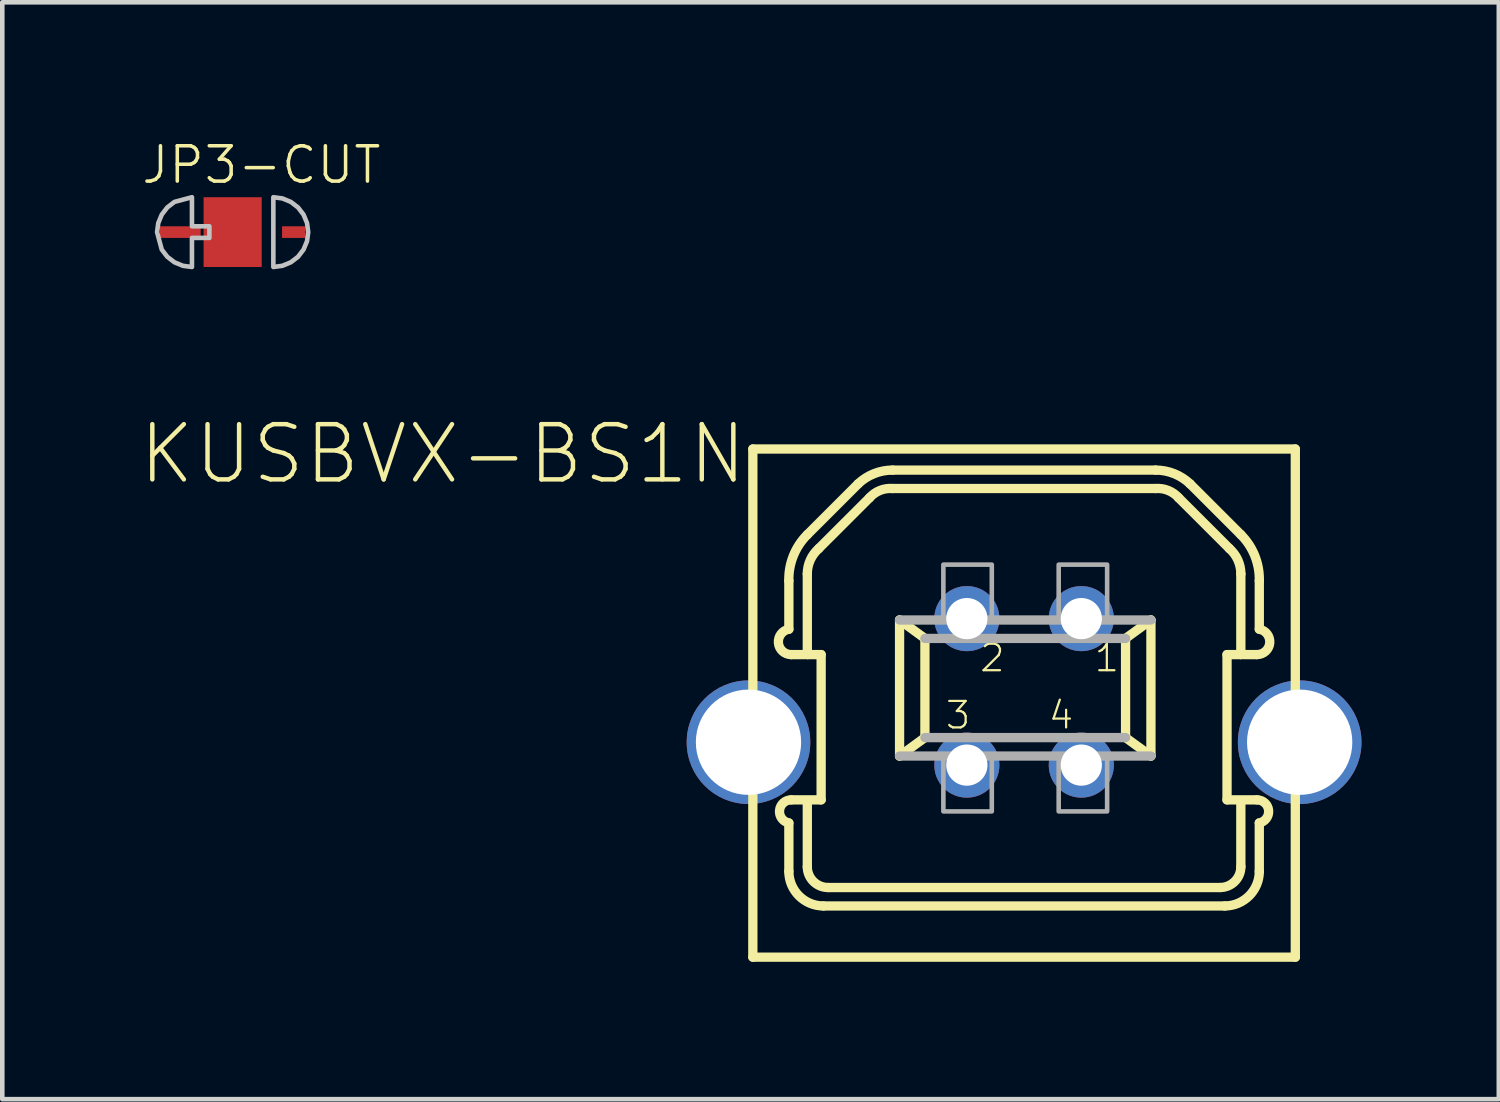
<source format=kicad_pcb>
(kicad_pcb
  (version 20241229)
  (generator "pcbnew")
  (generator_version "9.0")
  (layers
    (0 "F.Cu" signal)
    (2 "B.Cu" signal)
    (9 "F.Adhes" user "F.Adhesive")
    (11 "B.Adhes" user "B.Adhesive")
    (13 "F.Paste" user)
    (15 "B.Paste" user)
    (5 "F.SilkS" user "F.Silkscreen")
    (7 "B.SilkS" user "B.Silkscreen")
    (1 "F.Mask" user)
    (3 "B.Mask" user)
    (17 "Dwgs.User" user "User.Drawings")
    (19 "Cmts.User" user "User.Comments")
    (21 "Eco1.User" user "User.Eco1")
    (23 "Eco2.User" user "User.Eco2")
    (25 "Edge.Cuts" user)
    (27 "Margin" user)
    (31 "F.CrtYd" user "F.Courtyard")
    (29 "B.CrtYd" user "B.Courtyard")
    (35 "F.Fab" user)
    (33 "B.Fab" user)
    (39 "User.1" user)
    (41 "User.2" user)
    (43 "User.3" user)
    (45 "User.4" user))
  (footprint "KUSBVX-BS1N"
    (layer "F.Cu")
    (at 19.32 13.163)
    (property "Reference" "KUSBVX-BS1N" (at -6 -7 180) (layer "F.SilkS") (effects (font (size 1.206 1.206) (thickness 0.097)) (justify right top)))
    (attr through_hole)
    (fp_line (start -5.925 -6.405) (end 5.925 -6.405) (stroke (width 0.203) (type solid)) (layer "F.SilkS"))
    (fp_line (start -5.925 4.695) (end -5.925 -6.405) (stroke (width 0.203) (type solid)) (layer "F.SilkS"))
    (fp_line (start -5.925 4.695) (end 5.925 4.695) (stroke (width 0.203) (type solid)) (layer "F.SilkS"))
    (fp_line (start -5.138 -3.526) (end -5.138 -2.469) (stroke (width 0.203) (type solid)) (layer "F.SilkS"))
    (fp_line (start -5.138 1.763) (end -5.138 2.821) (stroke (width 0.203) (type solid)) (layer "F.SilkS"))
    (fp_line (start -4.786 -1.914) (end -5.088 -1.914) (stroke (width 0.203) (type solid)) (layer "F.SilkS"))
    (fp_line (start -4.735 -1.914) (end -4.735 -3.678) (stroke (width 0.203) (type solid)) (layer "F.SilkS"))
    (fp_line (start -4.735 -1.914) (end -4.433 -1.914) (stroke (width 0.203) (type solid)) (layer "F.SilkS"))
    (fp_line (start -4.735 2.72) (end -4.735 1.31) (stroke (width 0.203) (type solid)) (layer "F.SilkS"))
    (fp_line (start -4.484 -4.232) (end -3.375 -5.34) (stroke (width 0.203) (type solid)) (layer "F.SilkS"))
    (fp_line (start -4.433 -1.914) (end -4.433 1.259) (stroke (width 0.203) (type solid)) (layer "F.SilkS"))
    (fp_line (start -4.433 1.259) (end -5.088 1.259) (stroke (width 0.203) (type solid)) (layer "F.SilkS"))
    (fp_line (start -4.383 3.577) (end 4.383 3.577) (stroke (width 0.203) (type solid)) (layer "F.SilkS"))
    (fp_line (start -3.627 -5.642) (end -4.735 -4.534) (stroke (width 0.203) (type solid)) (layer "F.SilkS"))
    (fp_line (start -2.872 -5.542) (end 2.872 -5.542) (stroke (width 0.203) (type solid)) (layer "F.SilkS"))
    (fp_line (start -2.72 -2.67) (end -2.166 -2.267) (stroke (width 0.203) (type solid)) (layer "F.SilkS"))
    (fp_line (start -2.72 0.302) (end -2.72 -2.67) (stroke (width 0.203) (type solid)) (layer "F.SilkS"))
    (fp_line (start -2.72 0.302) (end -2.166 -0.101) (stroke (width 0.203) (type solid)) (layer "F.SilkS"))
    (fp_line (start -2.166 -0.101) (end -2.166 -2.267) (stroke (width 0.203) (type solid)) (layer "F.SilkS"))
    (fp_line (start 2.217 -2.267) (end 2.217 -0.101) (stroke (width 0.203) (type solid)) (layer "F.SilkS"))
    (fp_line (start 2.771 -2.67) (end 2.217 -2.267) (stroke (width 0.203) (type solid)) (layer "F.SilkS"))
    (fp_line (start 2.771 -2.67) (end 2.771 0.302) (stroke (width 0.203) (type solid)) (layer "F.SilkS"))
    (fp_line (start 2.771 0.302) (end 2.217 -0.101) (stroke (width 0.203) (type solid)) (layer "F.SilkS"))
    (fp_line (start 2.872 -5.944) (end -2.872 -5.944) (stroke (width 0.203) (type solid)) (layer "F.SilkS"))
    (fp_line (start 3.627 -5.642) (end 4.735 -4.534) (stroke (width 0.203) (type solid)) (layer "F.SilkS"))
    (fp_line (start 4.282 3.174) (end -4.282 3.174) (stroke (width 0.203) (type solid)) (layer "F.SilkS"))
    (fp_line (start 4.433 -1.914) (end 4.433 1.259) (stroke (width 0.203) (type solid)) (layer "F.SilkS"))
    (fp_line (start 4.433 1.259) (end 5.088 1.259) (stroke (width 0.203) (type solid)) (layer "F.SilkS"))
    (fp_line (start 4.484 -4.232) (end 3.375 -5.34) (stroke (width 0.203) (type solid)) (layer "F.SilkS"))
    (fp_line (start 4.735 -1.914) (end 4.433 -1.914) (stroke (width 0.203) (type solid)) (layer "F.SilkS"))
    (fp_line (start 4.735 -1.914) (end 4.735 -3.678) (stroke (width 0.203) (type solid)) (layer "F.SilkS"))
    (fp_line (start 4.735 2.72) (end 4.735 1.31) (stroke (width 0.203) (type solid)) (layer "F.SilkS"))
    (fp_line (start 4.786 -1.914) (end 5.088 -1.914) (stroke (width 0.203) (type solid)) (layer "F.SilkS"))
    (fp_line (start 5.138 -3.526) (end 5.138 -2.469) (stroke (width 0.203) (type solid)) (layer "F.SilkS"))
    (fp_line (start 5.138 1.763) (end 5.138 2.821) (stroke (width 0.203) (type solid)) (layer "F.SilkS"))
    (fp_line (start 5.925 -6.405) (end 5.925 4.695) (stroke (width 0.203) (type solid)) (layer "F.SilkS"))
    (fp_arc (start -5.1385 -3.5264) (mid -5.040322 -4.071509) (end -4.7354 -4.5339) (stroke (width 0.2032) (type solid)) (layer "F.SilkS"))
    (fp_arc (start -5.1385 1.7632) (mid -5.341257 1.488495) (end -5.0881 1.2594) (stroke (width 0.2032) (type solid)) (layer "F.SilkS"))
    (fp_arc (start -5.0881 -1.9143) (mid -5.366343 -2.168387) (end -5.1385 -2.468499) (stroke (width 0.2032) (type solid)) (layer "F.SilkS"))
    (fp_arc (start -4.7354 -3.6775) (mid -4.669497 -3.98186) (end -4.483599 -4.2317) (stroke (width 0.2032) (type solid)) (layer "F.SilkS"))
    (fp_arc (start -4.3828 3.5768) (mid -4.917161 3.355461) (end -5.1385 2.8211) (stroke (width 0.2032) (type solid)) (layer "F.SilkS"))
    (fp_arc (start -4.282 3.1738) (mid -4.602602 3.041002) (end -4.7354 2.7204) (stroke (width 0.2032) (type solid)) (layer "F.SilkS"))
    (fp_arc (start -3.627101 -5.6422) (mid -3.278414 -5.866119) (end -2.8715 -5.9445) (stroke (width 0.2032) (type solid)) (layer "F.SilkS"))
    (fp_arc (start -3.3753 -5.34) (mid -3.147173 -5.500189) (end -2.8715 -5.5415) (stroke (width 0.2032) (type solid)) (layer "F.SilkS"))
    (fp_arc (start 2.8715 -5.9445) (mid 3.278414 -5.866118) (end 3.627101 -5.6422) (stroke (width 0.2032) (type solid)) (layer "F.SilkS"))
    (fp_arc (start 2.8715 -5.5415) (mid 3.147173 -5.500189) (end 3.3753 -5.34) (stroke (width 0.2032) (type solid)) (layer "F.SilkS"))
    (fp_arc (start 4.483599 -4.2317) (mid 4.669497 -3.98186) (end 4.7354 -3.6775) (stroke (width 0.2032) (type solid)) (layer "F.SilkS"))
    (fp_arc (start 4.7354 -4.5339) (mid 5.040322 -4.071509) (end 5.1385 -3.5264) (stroke (width 0.2032) (type solid)) (layer "F.SilkS"))
    (fp_arc (start 4.7354 2.7204) (mid 4.602602 3.041002) (end 4.282 3.1738) (stroke (width 0.2032) (type solid)) (layer "F.SilkS"))
    (fp_arc (start 5.0881 1.2594) (mid 5.341257 1.488495) (end 5.1385 1.7632) (stroke (width 0.2032) (type solid)) (layer "F.SilkS"))
    (fp_arc (start 5.1385 -2.468499) (mid 5.366343 -2.168387) (end 5.0881 -1.9143) (stroke (width 0.2032) (type solid)) (layer "F.SilkS"))
    (fp_arc (start 5.1385 2.8211) (mid 4.917161 3.355461) (end 4.3828 3.5768) (stroke (width 0.2032) (type solid)) (layer "F.SilkS"))
    (fp_line (start -2.72 -2.67) (end 2.771 -2.67) (stroke (width 0.203) (type solid)) (layer "F.Fab"))
    (fp_line (start -2.166 -2.267) (end 2.217 -2.267) (stroke (width 0.203) (type solid)) (layer "F.Fab"))
    (fp_line (start 2.217 -0.101) (end -2.166 -0.101) (stroke (width 0.203) (type solid)) (layer "F.Fab"))
    (fp_line (start 2.771 0.302) (end -2.72 0.302) (stroke (width 0.203) (type solid)) (layer "F.Fab"))
    (fp_poly (pts (xy -1.763 -2.67) (xy -0.705 -2.67) (xy -0.705 -3.879) (xy -1.763 -3.879)) (stroke (width 0.1) (type solid)) (fill no) (layer "F.Fab"))
    (fp_poly (pts (xy -1.763 1.511) (xy -0.705 1.511) (xy -0.705 0.302) (xy -1.763 0.302)) (stroke (width 0.1) (type solid)) (fill no) (layer "F.Fab"))
    (fp_poly (pts (xy 0.756 -2.67) (xy 1.814 -2.67) (xy 1.814 -3.879) (xy 0.756 -3.879)) (stroke (width 0.1) (type solid)) (fill no) (layer "F.Fab"))
    (fp_poly (pts (xy 0.756 1.511) (xy 1.814 1.511) (xy 1.814 0.302) (xy 0.756 0.302)) (stroke (width 0.1) (type solid)) (fill no) (layer "F.Fab"))
    (fp_text user "1" (at 1.5 -1.5 0) (layer "F.SilkS") (effects (font (size 0.579 0.579) (thickness 0.049)) (justify left bottom)))
    (fp_text user "2" (at -1 -1.5 0) (layer "F.SilkS") (effects (font (size 0.579 0.579) (thickness 0.049)) (justify left bottom)))
    (fp_text user "3" (at -1.75 -0.25 0) (layer "F.SilkS") (effects (font (size 0.579 0.579) (thickness 0.049)) (justify left bottom)))
    (fp_text user "4" (at 0.5 -0.25 0) (layer "F.SilkS") (effects (font (size 0.579 0.579) (thickness 0.049)) (justify left bottom)))
    (pad "1" thru_hole circle (at 1.25 -2.7) (size 1.422 1.422) (drill 0.9) (layers "*.Cu" "*.Mask"))
    (pad "2" thru_hole circle (at -1.25 -2.7) (size 1.422 1.422) (drill 0.9) (layers "*.Cu" "*.Mask"))
    (pad "3" thru_hole circle (at -1.25 0.5) (size 1.422 1.422) (drill 0.9) (layers "*.Cu" "*.Mask"))
    (pad "4" thru_hole circle (at 1.25 0.5) (size 1.422 1.422) (drill 0.9) (layers "*.Cu" "*.Mask"))
    (pad "M1" thru_hole circle (at -6.02 0) (size 2.7 2.7) (drill 2.3) (layers "*.Cu" "*.Mask"))
    (pad "M2" thru_hole circle (at 6.02 0) (size 2.7 2.7) (drill 2.3) (layers "*.Cu" "*.Mask")))
  (footprint "JP3-CUT"
    (layer "F.Cu")
    (at 2.032 2.02)
    (property "Reference" "JP3-CUT" (at -2.032 -1.016 0) (layer "F.SilkS") (effects (font (size 0.772 0.772) (thickness 0.077)) (justify left bottom)))
    (attr through_hole)
    (fp_poly (pts (xy -0.254 -0.889) (xy -0.889 -0.889) (xy -1.119 -0.859) (xy -1.333 -0.77) (xy -1.518 -0.629) (xy -1.659 -0.445) (xy -1.748 -0.23) (xy -1.778 0) (xy -1.748 0.23) (xy -1.659 0.445) (xy -1.518 0.629) (xy -1.333 0.77) (xy -0.889 0.889) (xy -0.254 0.889)) (stroke (width 0) (type solid)) (fill yes) (layer "F.Mask"))
    (fp_poly (pts (xy 0.254 0.889) (xy 0.889 0.889) (xy 1.119 0.859) (xy 1.333 0.77) (xy 1.518 0.629) (xy 1.659 0.445) (xy 1.748 0.23) (xy 1.778 0) (xy 1.748 -0.23) (xy 1.659 -0.445) (xy 1.518 -0.629) (xy 1.333 -0.77) (xy 1.119 -0.859) (xy 0.889 -0.889) (xy 0.254 -0.889)) (stroke (width 0) (type solid)) (fill yes) (layer "F.Mask"))
    (fp_poly (pts (xy 0.889 0.762) (xy 0.889 -0.762) (xy 1.086 -0.736) (xy 1.27 -0.66) (xy 1.428 -0.539) (xy 1.549 -0.381) (xy 1.625 -0.197) (xy 1.651 0) (xy 1.625 0.197) (xy 1.549 0.381) (xy 1.428 0.539) (xy 1.27 0.66) (xy 1.086 0.736)) (stroke (width 0.1) (type solid)) (fill no) (layer "Dwgs.User"))
    (fp_poly (pts (xy -0.889 -0.762) (xy -0.889 -0.127) (xy -0.508 -0.127) (xy -0.508 0.127) (xy -0.889 0.127) (xy -0.889 0.762) (xy -1.086 0.736) (xy -1.27 0.66) (xy -1.428 0.539) (xy -1.549 0.381) (xy -1.651 0) (xy -1.625 -0.197) (xy -1.549 -0.381) (xy -1.428 -0.539) (xy -1.27 -0.66)) (stroke (width 0.1) (type solid)) (fill no) (layer "Dwgs.User"))
    (pad "COM" smd rect (at 0 0) (size 1.27 1.524) (layers "F.Cu" "F.Mask"))
    (pad "NC" smd rect (at -1.143 0) (size 0.889 0.254) (layers "F.Cu" "F.Mask"))
    (pad "NO" smd rect (at 1.333 0) (size 0.508 0.254) (layers "F.Cu" "F.Mask")))
  (gr_rect
    (start -3 -3)
    (end 29.69 20.96)
    (stroke (width 0.1) (type default))
    (fill no)
    (layer "Edge.Cuts")))
</source>
